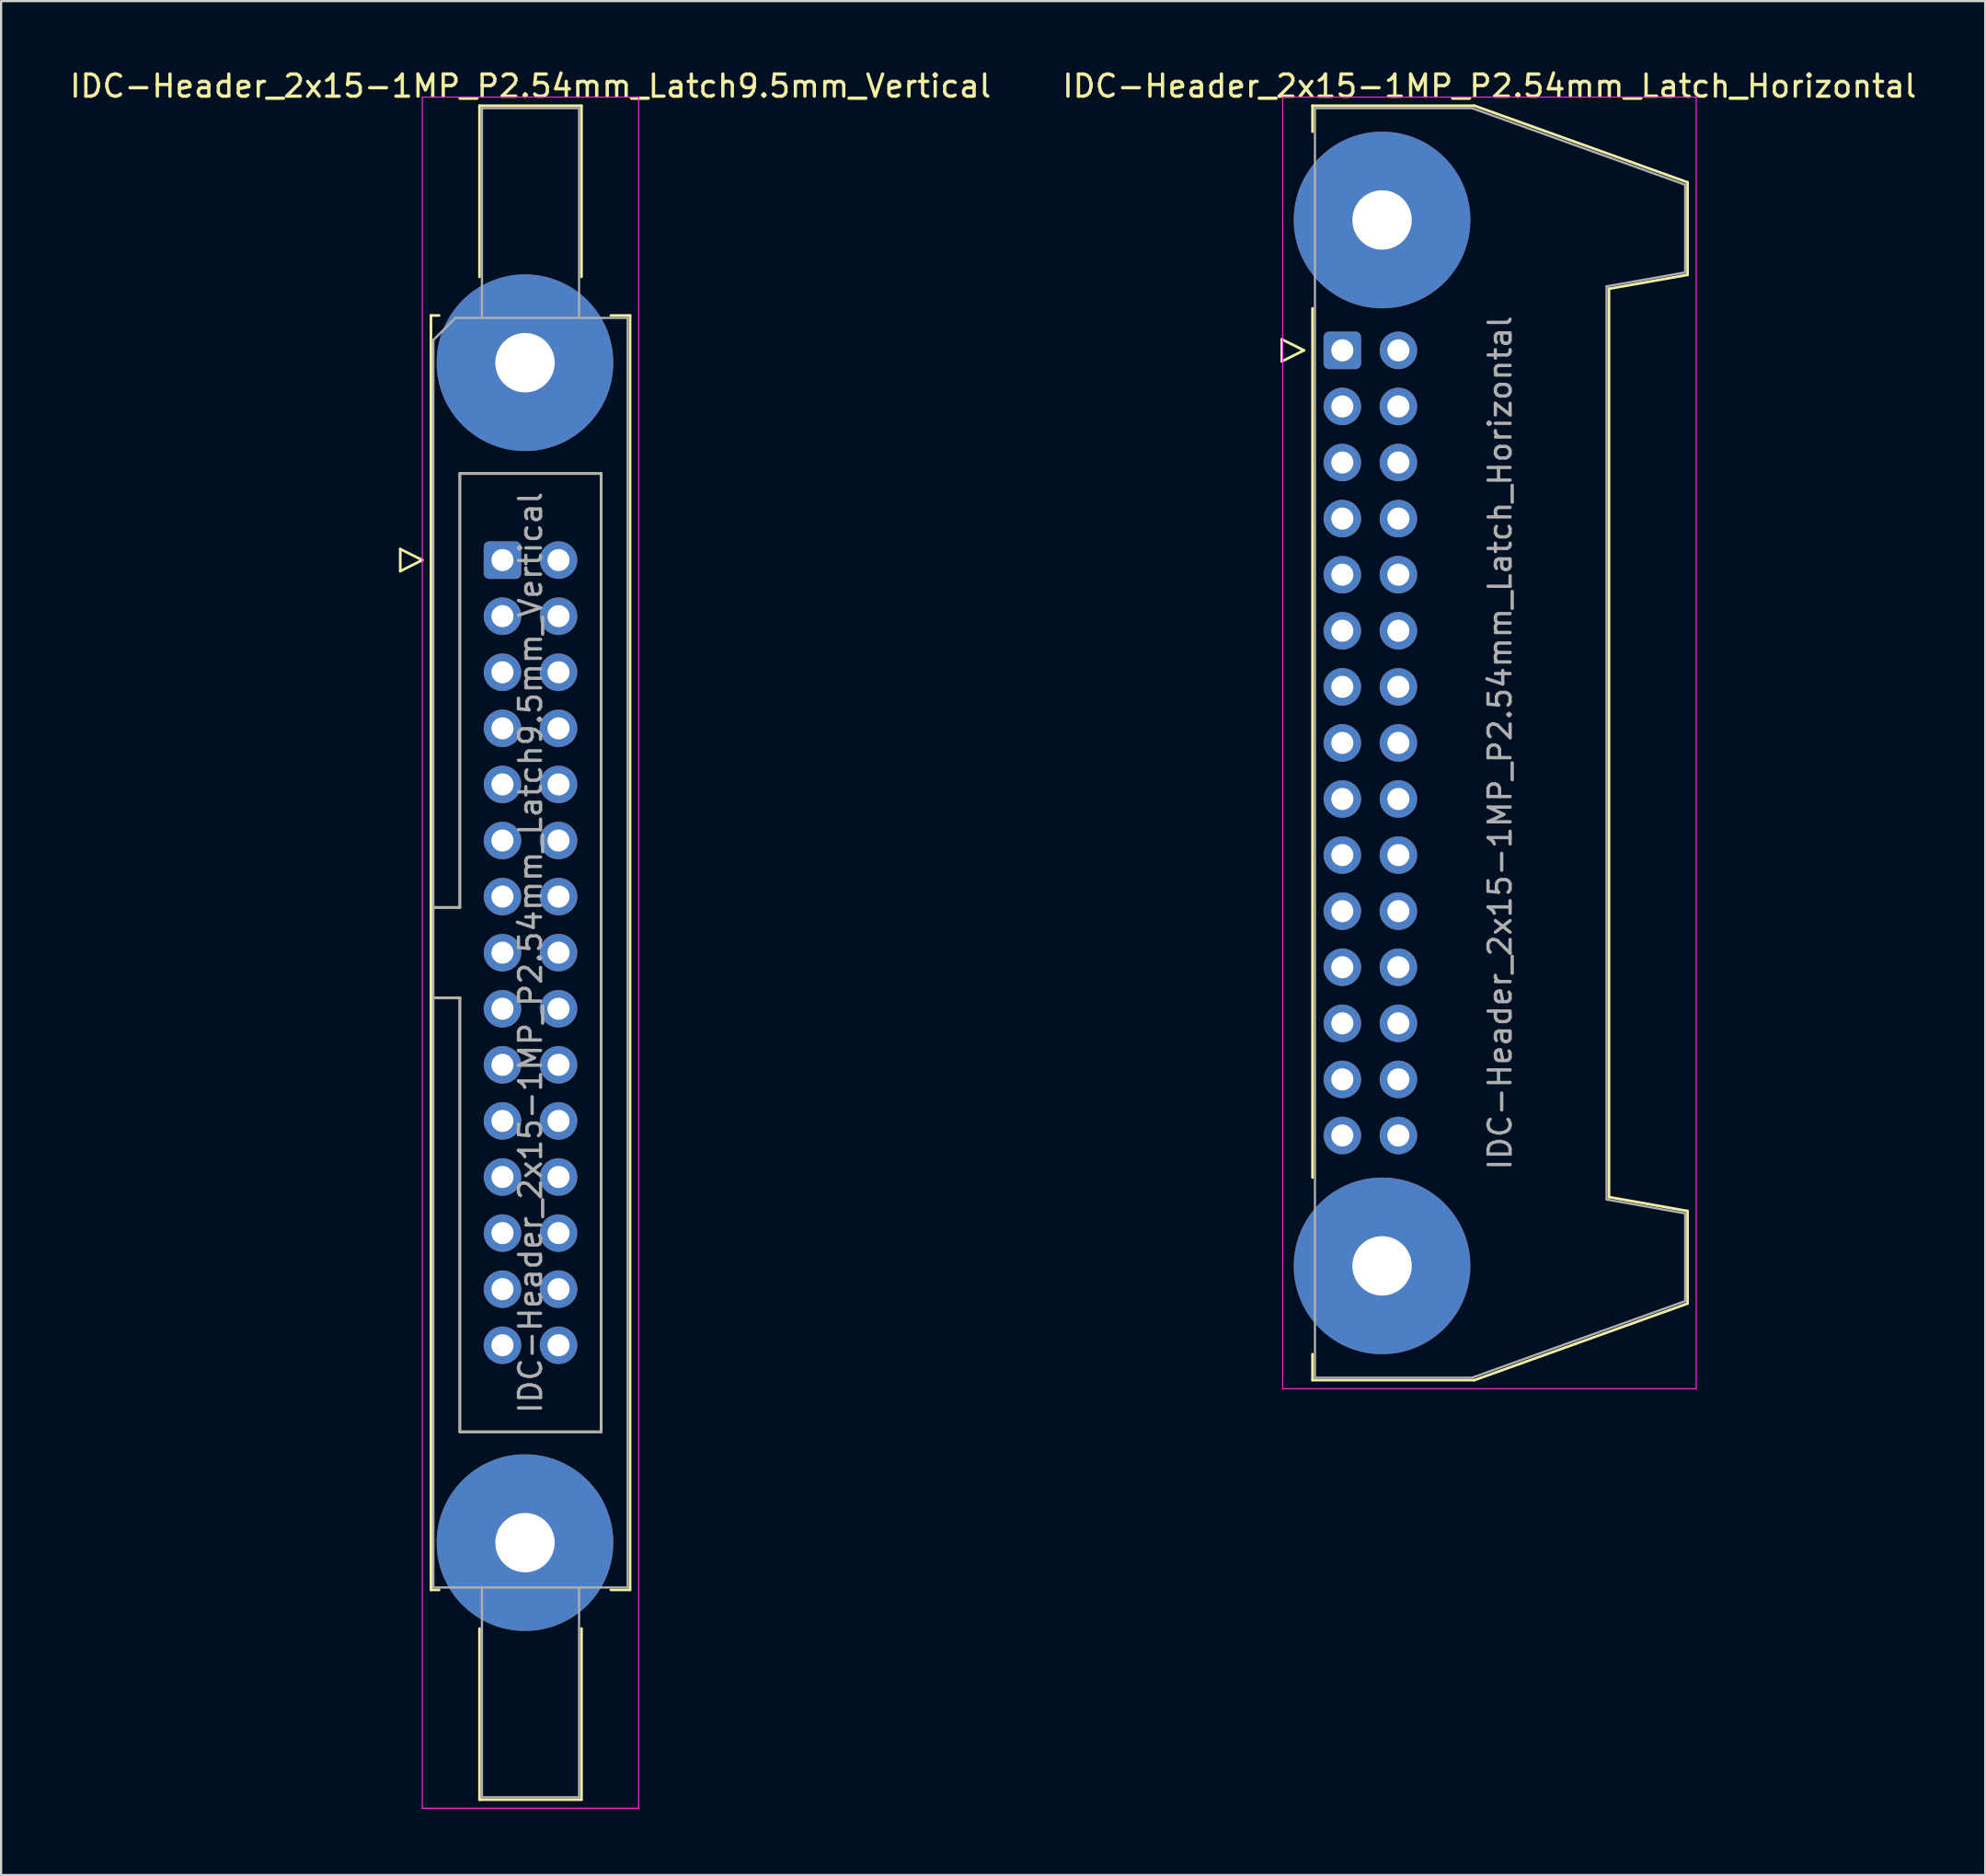
<source format=kicad_pcb>
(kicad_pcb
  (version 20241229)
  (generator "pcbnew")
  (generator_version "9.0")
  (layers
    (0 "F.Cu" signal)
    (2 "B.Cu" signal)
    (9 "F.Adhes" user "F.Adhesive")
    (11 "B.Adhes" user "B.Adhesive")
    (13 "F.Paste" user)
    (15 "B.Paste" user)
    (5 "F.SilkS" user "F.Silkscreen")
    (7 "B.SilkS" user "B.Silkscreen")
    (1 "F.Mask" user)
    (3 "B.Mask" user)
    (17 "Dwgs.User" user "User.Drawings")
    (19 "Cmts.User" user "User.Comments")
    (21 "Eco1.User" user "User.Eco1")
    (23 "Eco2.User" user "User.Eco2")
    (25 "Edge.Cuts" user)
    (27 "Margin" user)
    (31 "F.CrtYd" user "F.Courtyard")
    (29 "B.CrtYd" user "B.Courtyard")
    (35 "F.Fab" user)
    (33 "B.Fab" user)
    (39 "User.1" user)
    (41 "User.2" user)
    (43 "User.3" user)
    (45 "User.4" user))
  (footprint "IDC-Header_2x15-1MP_P2.54mm_Latch9.5mm_Vertical"
    (layer "F.Cu")
    (at 19.712 22.318)
    (property "Reference" "IDC-Header_2x15-1MP_P2.54mm_Latch9.5mm_Vertical" (at 1.27 -21.47 0) (layer "F.SilkS") (effects (font (size 1 1) (thickness 0.15))))
    (attr through_hole)
    (fp_line (start -4.63 -0.5) (end -4.63 0.5) (stroke (width 0.12) (type solid)) (layer "F.SilkS"))
    (fp_line (start -4.63 0.5) (end -3.63 0) (stroke (width 0.12) (type solid)) (layer "F.SilkS"))
    (fp_line (start -3.63 0) (end -4.63 -0.5) (stroke (width 0.12) (type solid)) (layer "F.SilkS"))
    (fp_line (start -3.24 -11.08) (end -3.24 46.64) (stroke (width 0.12) (type solid)) (layer "F.SilkS"))
    (fp_line (start -3.24 15.73) (end -1.93 15.73) (stroke (width 0.12) (type solid)) (layer "F.SilkS"))
    (fp_line (start -3.24 46.64) (end -2.87 46.64) (stroke (width 0.12) (type solid)) (layer "F.SilkS"))
    (fp_line (start -2.87 -11.08) (end -3.24 -11.08) (stroke (width 0.12) (type solid)) (layer "F.SilkS"))
    (fp_line (start -1.93 -3.92) (end 4.47 -3.92) (stroke (width 0.12) (type solid)) (layer "F.SilkS"))
    (fp_line (start -1.93 15.73) (end -1.93 -3.92) (stroke (width 0.12) (type solid)) (layer "F.SilkS"))
    (fp_line (start -1.93 19.83) (end -3.24 19.83) (stroke (width 0.12) (type solid)) (layer "F.SilkS"))
    (fp_line (start -1.93 19.83) (end -1.93 19.83) (stroke (width 0.12) (type solid)) (layer "F.SilkS"))
    (fp_line (start -1.93 39.48) (end -1.93 19.83) (stroke (width 0.12) (type solid)) (layer "F.SilkS"))
    (fp_line (start -1.04 -20.58) (end 3.58 -20.58) (stroke (width 0.12) (type solid)) (layer "F.SilkS"))
    (fp_line (start -1.04 -12.83) (end -1.04 -20.58) (stroke (width 0.12) (type solid)) (layer "F.SilkS"))
    (fp_line (start -1.04 48.39) (end -1.04 56.14) (stroke (width 0.12) (type solid)) (layer "F.SilkS"))
    (fp_line (start -1.04 56.14) (end 3.58 56.14) (stroke (width 0.12) (type solid)) (layer "F.SilkS"))
    (fp_line (start 3.58 -20.58) (end 3.58 -12.83) (stroke (width 0.12) (type solid)) (layer "F.SilkS"))
    (fp_line (start 3.58 56.14) (end 3.58 48.39) (stroke (width 0.12) (type solid)) (layer "F.SilkS"))
    (fp_line (start 4.47 -3.92) (end 4.47 39.48) (stroke (width 0.12) (type solid)) (layer "F.SilkS"))
    (fp_line (start 4.47 39.48) (end -1.93 39.48) (stroke (width 0.12) (type solid)) (layer "F.SilkS"))
    (fp_line (start 4.91 -11.08) (end 5.78 -11.08) (stroke (width 0.12) (type solid)) (layer "F.SilkS"))
    (fp_line (start 5.78 -11.08) (end 5.78 46.64) (stroke (width 0.12) (type solid)) (layer "F.SilkS"))
    (fp_line (start 5.78 46.64) (end 4.91 46.64) (stroke (width 0.12) (type solid)) (layer "F.SilkS"))
    (fp_line (start -3.63 -20.97) (end -3.63 56.53) (stroke (width 0.05) (type solid)) (layer "F.CrtYd"))
    (fp_line (start -3.63 56.53) (end 6.17 56.53) (stroke (width 0.05) (type solid)) (layer "F.CrtYd"))
    (fp_line (start 6.17 -20.97) (end -3.63 -20.97) (stroke (width 0.05) (type solid)) (layer "F.CrtYd"))
    (fp_line (start 6.17 56.53) (end 6.17 -20.97) (stroke (width 0.05) (type solid)) (layer "F.CrtYd"))
    (fp_line (start -3.13 -9.97) (end -2.13 -10.97) (stroke (width 0.1) (type solid)) (layer "F.Fab"))
    (fp_line (start -3.13 15.73) (end -1.93 15.73) (stroke (width 0.1) (type solid)) (layer "F.Fab"))
    (fp_line (start -3.13 46.53) (end -3.13 -9.97) (stroke (width 0.1) (type solid)) (layer "F.Fab"))
    (fp_line (start -2.13 -10.97) (end 5.67 -10.97) (stroke (width 0.1) (type solid)) (layer "F.Fab"))
    (fp_line (start -1.93 -3.92) (end 4.47 -3.92) (stroke (width 0.1) (type solid)) (layer "F.Fab"))
    (fp_line (start -1.93 15.73) (end -1.93 -3.92) (stroke (width 0.1) (type solid)) (layer "F.Fab"))
    (fp_line (start -1.93 19.83) (end -3.13 19.83) (stroke (width 0.1) (type solid)) (layer "F.Fab"))
    (fp_line (start -1.93 19.83) (end -1.93 19.83) (stroke (width 0.1) (type solid)) (layer "F.Fab"))
    (fp_line (start -1.93 39.48) (end -1.93 19.83) (stroke (width 0.1) (type solid)) (layer "F.Fab"))
    (fp_line (start -0.93 -20.47) (end 3.47 -20.47) (stroke (width 0.1) (type solid)) (layer "F.Fab"))
    (fp_line (start -0.93 -10.97) (end -0.93 -20.47) (stroke (width 0.1) (type solid)) (layer "F.Fab"))
    (fp_line (start -0.93 46.53) (end -0.93 56.03) (stroke (width 0.1) (type solid)) (layer "F.Fab"))
    (fp_line (start -0.93 56.03) (end 3.47 56.03) (stroke (width 0.1) (type solid)) (layer "F.Fab"))
    (fp_line (start 3.47 -20.47) (end 3.47 -10.97) (stroke (width 0.1) (type solid)) (layer "F.Fab"))
    (fp_line (start 3.47 56.03) (end 3.47 46.53) (stroke (width 0.1) (type solid)) (layer "F.Fab"))
    (fp_line (start 4.47 -3.92) (end 4.47 39.48) (stroke (width 0.1) (type solid)) (layer "F.Fab"))
    (fp_line (start 4.47 39.48) (end -1.93 39.48) (stroke (width 0.1) (type solid)) (layer "F.Fab"))
    (fp_line (start 5.67 -10.97) (end 5.67 46.53) (stroke (width 0.1) (type solid)) (layer "F.Fab"))
    (fp_line (start 5.67 46.53) (end -3.13 46.53) (stroke (width 0.1) (type solid)) (layer "F.Fab"))
    (fp_text user "${REFERENCE}" (at 1.27 17.78 90) (layer "F.Fab") (effects (font (size 1 1) (thickness 0.15))))
    (pad "1" thru_hole roundrect (at 0 0) (size 1.7 1.7) (drill 1) (layers "*.Cu" "*.Mask") (roundrect_rratio 0.147))
    (pad "2" thru_hole circle (at 2.54 0) (size 1.7 1.7) (drill 1) (layers "*.Cu" "*.Mask"))
    (pad "3" thru_hole circle (at 0 2.54) (size 1.7 1.7) (drill 1) (layers "*.Cu" "*.Mask"))
    (pad "4" thru_hole circle (at 2.54 2.54) (size 1.7 1.7) (drill 1) (layers "*.Cu" "*.Mask"))
    (pad "5" thru_hole circle (at 0 5.08) (size 1.7 1.7) (drill 1) (layers "*.Cu" "*.Mask"))
    (pad "6" thru_hole circle (at 2.54 5.08) (size 1.7 1.7) (drill 1) (layers "*.Cu" "*.Mask"))
    (pad "7" thru_hole circle (at 0 7.62) (size 1.7 1.7) (drill 1) (layers "*.Cu" "*.Mask"))
    (pad "8" thru_hole circle (at 2.54 7.62) (size 1.7 1.7) (drill 1) (layers "*.Cu" "*.Mask"))
    (pad "9" thru_hole circle (at 0 10.16) (size 1.7 1.7) (drill 1) (layers "*.Cu" "*.Mask"))
    (pad "10" thru_hole circle (at 2.54 10.16) (size 1.7 1.7) (drill 1) (layers "*.Cu" "*.Mask"))
    (pad "11" thru_hole circle (at 0 12.7) (size 1.7 1.7) (drill 1) (layers "*.Cu" "*.Mask"))
    (pad "12" thru_hole circle (at 2.54 12.7) (size 1.7 1.7) (drill 1) (layers "*.Cu" "*.Mask"))
    (pad "13" thru_hole circle (at 0 15.24) (size 1.7 1.7) (drill 1) (layers "*.Cu" "*.Mask"))
    (pad "14" thru_hole circle (at 2.54 15.24) (size 1.7 1.7) (drill 1) (layers "*.Cu" "*.Mask"))
    (pad "15" thru_hole circle (at 0 17.78) (size 1.7 1.7) (drill 1) (layers "*.Cu" "*.Mask"))
    (pad "16" thru_hole circle (at 2.54 17.78) (size 1.7 1.7) (drill 1) (layers "*.Cu" "*.Mask"))
    (pad "17" thru_hole circle (at 0 20.32) (size 1.7 1.7) (drill 1) (layers "*.Cu" "*.Mask"))
    (pad "18" thru_hole circle (at 2.54 20.32) (size 1.7 1.7) (drill 1) (layers "*.Cu" "*.Mask"))
    (pad "19" thru_hole circle (at 0 22.86) (size 1.7 1.7) (drill 1) (layers "*.Cu" "*.Mask"))
    (pad "20" thru_hole circle (at 2.54 22.86) (size 1.7 1.7) (drill 1) (layers "*.Cu" "*.Mask"))
    (pad "21" thru_hole circle (at 0 25.4) (size 1.7 1.7) (drill 1) (layers "*.Cu" "*.Mask"))
    (pad "22" thru_hole circle (at 2.54 25.4) (size 1.7 1.7) (drill 1) (layers "*.Cu" "*.Mask"))
    (pad "23" thru_hole circle (at 0 27.94) (size 1.7 1.7) (drill 1) (layers "*.Cu" "*.Mask"))
    (pad "24" thru_hole circle (at 2.54 27.94) (size 1.7 1.7) (drill 1) (layers "*.Cu" "*.Mask"))
    (pad "25" thru_hole circle (at 0 30.48) (size 1.7 1.7) (drill 1) (layers "*.Cu" "*.Mask"))
    (pad "26" thru_hole circle (at 2.54 30.48) (size 1.7 1.7) (drill 1) (layers "*.Cu" "*.Mask"))
    (pad "27" thru_hole circle (at 0 33.02) (size 1.7 1.7) (drill 1) (layers "*.Cu" "*.Mask"))
    (pad "28" thru_hole circle (at 2.54 33.02) (size 1.7 1.7) (drill 1) (layers "*.Cu" "*.Mask"))
    (pad "29" thru_hole circle (at 0 35.56) (size 1.7 1.7) (drill 1) (layers "*.Cu" "*.Mask"))
    (pad "30" thru_hole circle (at 2.54 35.56) (size 1.7 1.7) (drill 1) (layers "*.Cu" "*.Mask"))
    (pad "MP" thru_hole circle (at 1.02 -8.94) (size 8 8) (drill 2.69) (layers "*.Cu" "*.Mask"))
    (pad "MP" thru_hole circle (at 1.02 44.5) (size 8 8) (drill 2.69) (layers "*.Cu" "*.Mask")))
  (footprint "IDC-Header_2x15-1MP_P2.54mm_Latch_Horizontal"
    (layer "F.Cu")
    (at 57.758 12.818)
    (property "Reference" "IDC-Header_2x15-1MP_P2.54mm_Latch_Horizontal" (at 6.665 -11.97 0) (layer "F.SilkS") (effects (font (size 1 1) (thickness 0.15))))
    (attr through_hole)
    (fp_line (start -2.74 -0.5) (end -2.74 0.5) (stroke (width 0.12) (type solid)) (layer "F.SilkS"))
    (fp_line (start -2.74 0.5) (end -1.74 0) (stroke (width 0.12) (type solid)) (layer "F.SilkS"))
    (fp_line (start -1.74 0) (end -2.74 -0.5) (stroke (width 0.12) (type solid)) (layer "F.SilkS"))
    (fp_line (start -1.35 -11.08) (end -1.35 -9.905) (stroke (width 0.12) (type solid)) (layer "F.SilkS"))
    (fp_line (start -1.35 -11.08) (end 5.98 -11.08) (stroke (width 0.12) (type solid)) (layer "F.SilkS"))
    (fp_line (start -1.35 -1.905) (end -1.35 37.465) (stroke (width 0.12) (type solid)) (layer "F.SilkS"))
    (fp_line (start -1.35 45.465) (end -1.35 46.64) (stroke (width 0.12) (type solid)) (layer "F.SilkS"))
    (fp_line (start 5.98 -11.08) (end 15.64 -7.61) (stroke (width 0.12) (type solid)) (layer "F.SilkS"))
    (fp_line (start 5.98 46.64) (end -1.35 46.64) (stroke (width 0.12) (type solid)) (layer "F.SilkS"))
    (fp_line (start 12.08 -2.79) (end 12.08 38.35) (stroke (width 0.12) (type solid)) (layer "F.SilkS"))
    (fp_line (start 12.08 38.35) (end 15.64 38.98) (stroke (width 0.12) (type solid)) (layer "F.SilkS"))
    (fp_line (start 15.64 -7.61) (end 15.64 -3.42) (stroke (width 0.12) (type solid)) (layer "F.SilkS"))
    (fp_line (start 15.64 -3.42) (end 12.08 -2.79) (stroke (width 0.12) (type solid)) (layer "F.SilkS"))
    (fp_line (start 15.64 38.98) (end 15.64 43.17) (stroke (width 0.12) (type solid)) (layer "F.SilkS"))
    (fp_line (start 15.64 43.17) (end 5.98 46.64) (stroke (width 0.12) (type solid)) (layer "F.SilkS"))
    (fp_line (start -2.7 -11.47) (end -2.7 47.03) (stroke (width 0.05) (type solid)) (layer "F.CrtYd"))
    (fp_line (start -2.7 47.03) (end 16.03 47.03) (stroke (width 0.05) (type solid)) (layer "F.CrtYd"))
    (fp_line (start 16.03 -11.47) (end -2.7 -11.47) (stroke (width 0.05) (type solid)) (layer "F.CrtYd"))
    (fp_line (start 16.03 47.03) (end 16.03 -11.47) (stroke (width 0.05) (type solid)) (layer "F.CrtYd"))
    (fp_line (start -1.24 -10.97) (end 5.87 -10.97) (stroke (width 0.1) (type solid)) (layer "F.Fab"))
    (fp_line (start -1.24 46.53) (end -1.24 -10.97) (stroke (width 0.1) (type solid)) (layer "F.Fab"))
    (fp_line (start 5.87 -10.97) (end 15.53 -7.5) (stroke (width 0.1) (type solid)) (layer "F.Fab"))
    (fp_line (start 5.87 46.53) (end -1.24 46.53) (stroke (width 0.1) (type solid)) (layer "F.Fab"))
    (fp_line (start 11.97 -2.9) (end 11.97 38.46) (stroke (width 0.1) (type solid)) (layer "F.Fab"))
    (fp_line (start 11.97 38.46) (end 15.53 39.09) (stroke (width 0.1) (type solid)) (layer "F.Fab"))
    (fp_line (start 15.53 -7.5) (end 15.53 -3.53) (stroke (width 0.1) (type solid)) (layer "F.Fab"))
    (fp_line (start 15.53 -3.53) (end 11.97 -2.9) (stroke (width 0.1) (type solid)) (layer "F.Fab"))
    (fp_line (start 15.53 39.09) (end 15.53 43.06) (stroke (width 0.1) (type solid)) (layer "F.Fab"))
    (fp_line (start 15.53 43.06) (end 5.87 46.53) (stroke (width 0.1) (type solid)) (layer "F.Fab"))
    (fp_text user "${REFERENCE}" (at 7.145 17.78 90) (layer "F.Fab") (effects (font (size 1 1) (thickness 0.15))))
    (pad "1" thru_hole roundrect (at 0 0) (size 1.7 1.7) (drill 1) (layers "*.Cu" "*.Mask") (roundrect_rratio 0.147))
    (pad "2" thru_hole circle (at 2.54 0) (size 1.7 1.7) (drill 1) (layers "*.Cu" "*.Mask"))
    (pad "3" thru_hole circle (at 0 2.54) (size 1.7 1.7) (drill 1) (layers "*.Cu" "*.Mask"))
    (pad "4" thru_hole circle (at 2.54 2.54) (size 1.7 1.7) (drill 1) (layers "*.Cu" "*.Mask"))
    (pad "5" thru_hole circle (at 0 5.08) (size 1.7 1.7) (drill 1) (layers "*.Cu" "*.Mask"))
    (pad "6" thru_hole circle (at 2.54 5.08) (size 1.7 1.7) (drill 1) (layers "*.Cu" "*.Mask"))
    (pad "7" thru_hole circle (at 0 7.62) (size 1.7 1.7) (drill 1) (layers "*.Cu" "*.Mask"))
    (pad "8" thru_hole circle (at 2.54 7.62) (size 1.7 1.7) (drill 1) (layers "*.Cu" "*.Mask"))
    (pad "9" thru_hole circle (at 0 10.16) (size 1.7 1.7) (drill 1) (layers "*.Cu" "*.Mask"))
    (pad "10" thru_hole circle (at 2.54 10.16) (size 1.7 1.7) (drill 1) (layers "*.Cu" "*.Mask"))
    (pad "11" thru_hole circle (at 0 12.7) (size 1.7 1.7) (drill 1) (layers "*.Cu" "*.Mask"))
    (pad "12" thru_hole circle (at 2.54 12.7) (size 1.7 1.7) (drill 1) (layers "*.Cu" "*.Mask"))
    (pad "13" thru_hole circle (at 0 15.24) (size 1.7 1.7) (drill 1) (layers "*.Cu" "*.Mask"))
    (pad "14" thru_hole circle (at 2.54 15.24) (size 1.7 1.7) (drill 1) (layers "*.Cu" "*.Mask"))
    (pad "15" thru_hole circle (at 0 17.78) (size 1.7 1.7) (drill 1) (layers "*.Cu" "*.Mask"))
    (pad "16" thru_hole circle (at 2.54 17.78) (size 1.7 1.7) (drill 1) (layers "*.Cu" "*.Mask"))
    (pad "17" thru_hole circle (at 0 20.32) (size 1.7 1.7) (drill 1) (layers "*.Cu" "*.Mask"))
    (pad "18" thru_hole circle (at 2.54 20.32) (size 1.7 1.7) (drill 1) (layers "*.Cu" "*.Mask"))
    (pad "19" thru_hole circle (at 0 22.86) (size 1.7 1.7) (drill 1) (layers "*.Cu" "*.Mask"))
    (pad "20" thru_hole circle (at 2.54 22.86) (size 1.7 1.7) (drill 1) (layers "*.Cu" "*.Mask"))
    (pad "21" thru_hole circle (at 0 25.4) (size 1.7 1.7) (drill 1) (layers "*.Cu" "*.Mask"))
    (pad "22" thru_hole circle (at 2.54 25.4) (size 1.7 1.7) (drill 1) (layers "*.Cu" "*.Mask"))
    (pad "23" thru_hole circle (at 0 27.94) (size 1.7 1.7) (drill 1) (layers "*.Cu" "*.Mask"))
    (pad "24" thru_hole circle (at 2.54 27.94) (size 1.7 1.7) (drill 1) (layers "*.Cu" "*.Mask"))
    (pad "25" thru_hole circle (at 0 30.48) (size 1.7 1.7) (drill 1) (layers "*.Cu" "*.Mask"))
    (pad "26" thru_hole circle (at 2.54 30.48) (size 1.7 1.7) (drill 1) (layers "*.Cu" "*.Mask"))
    (pad "27" thru_hole circle (at 0 33.02) (size 1.7 1.7) (drill 1) (layers "*.Cu" "*.Mask"))
    (pad "28" thru_hole circle (at 2.54 33.02) (size 1.7 1.7) (drill 1) (layers "*.Cu" "*.Mask"))
    (pad "29" thru_hole circle (at 0 35.56) (size 1.7 1.7) (drill 1) (layers "*.Cu" "*.Mask"))
    (pad "30" thru_hole circle (at 2.54 35.56) (size 1.7 1.7) (drill 1) (layers "*.Cu" "*.Mask"))
    (pad "MP" thru_hole circle (at 1.8 -5.905) (size 8 8) (drill 2.69) (layers "*.Cu" "*.Mask"))
    (pad "MP" thru_hole circle (at 1.8 41.465) (size 8 8) (drill 2.69) (layers "*.Cu" "*.Mask")))
  (gr_rect
    (start -3 -3)
    (end 86.881 81.873)
    (stroke (width 0.1) (type default))
    (fill no)
    (layer "Edge.Cuts")))
</source>
